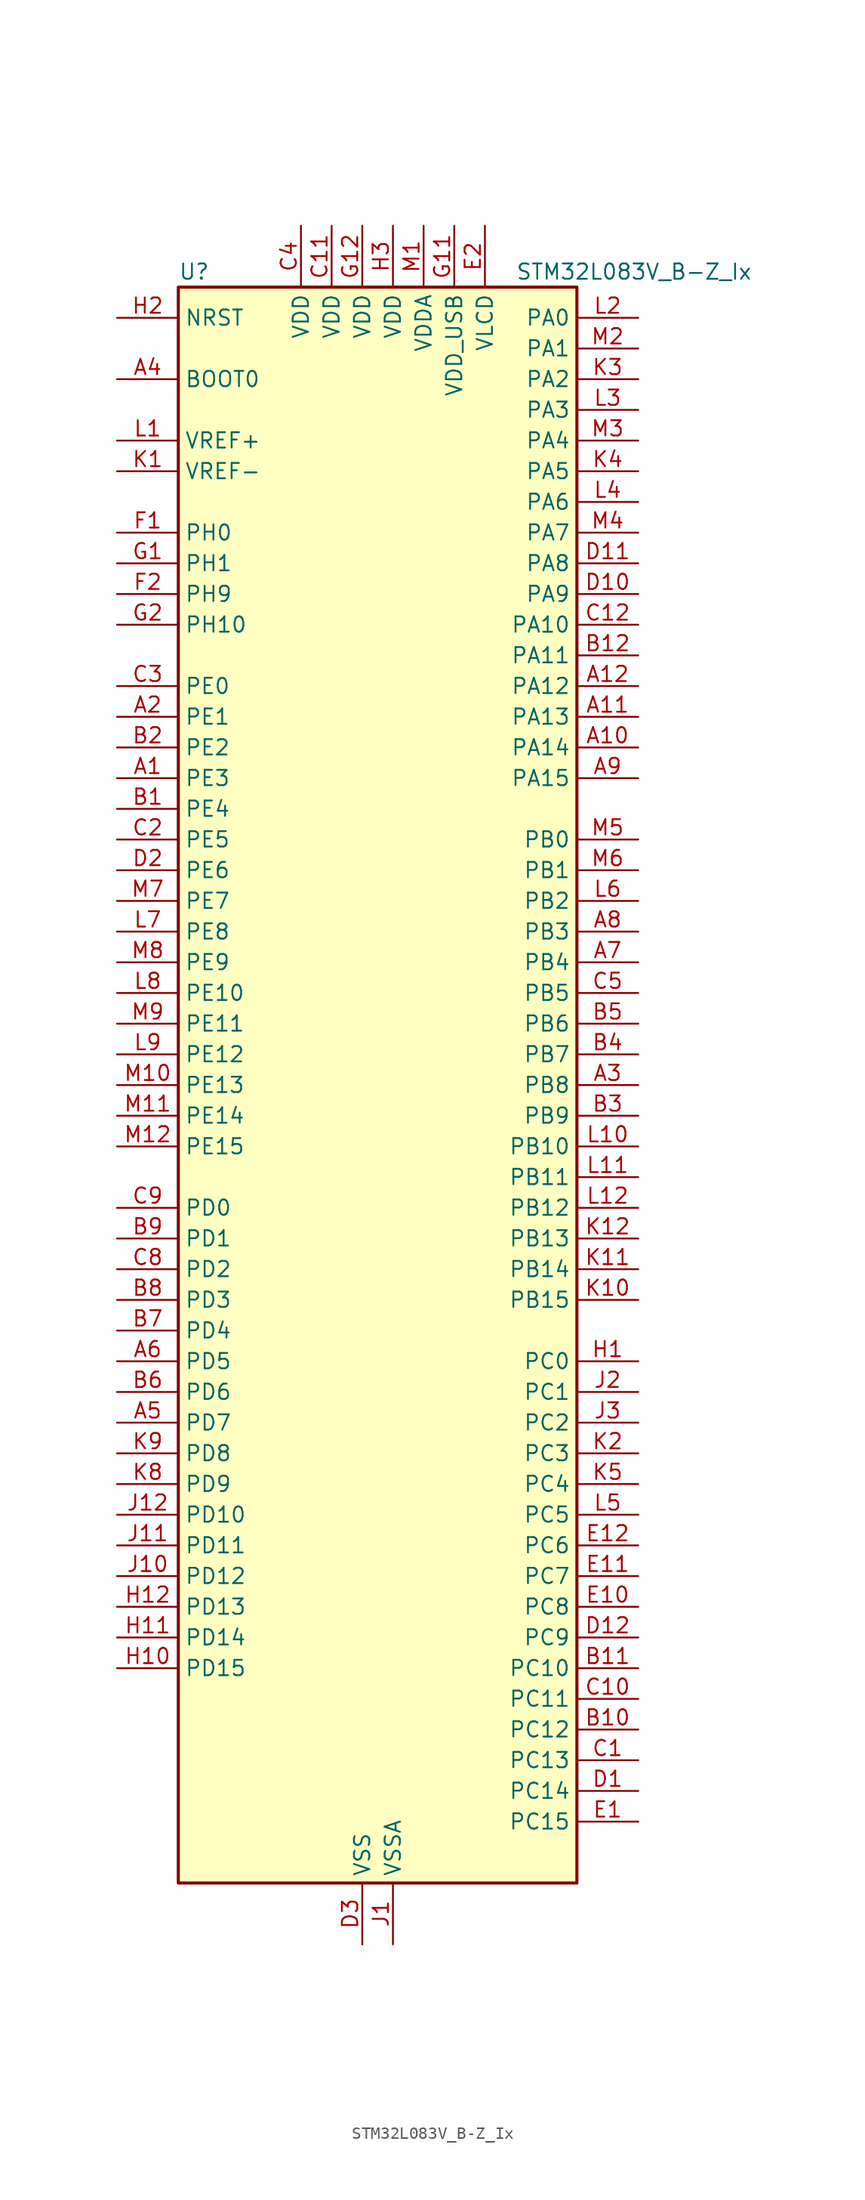
<source format=kicad_sym>
(kicad_symbol_lib
  (version 20231120)
  (generator "kicad_symbol_editor")
  (generator_version "8.0")
  (symbol "STM32L083V_B-Z_Ix"
    (property "Reference" "U"
      (at -15.24 67.31 0)
      (effects (font (size 1.27 1.27)) (justify left)))
    (property "Value" "STM32L083V_B-Z_Ix"
      (at 12.7 67.31 0)
      (effects (font (size 1.27 1.27)) (justify left)))
    (property "ki_locked" ""
      (at 0 0 0)
      (effects (font (size 1.27 1.27))))
    (symbol "STM32L083V_B-Z_Ix_0_1"
      (rectangle (start -15.24 -66.04) (end 17.78 66.04) (stroke (width 0.254) (type default)) (fill (type background))))
    (symbol "STM32L083V_B-Z_Ix_1_1"
      (pin bidirectional line (at -20.32 25.4 0) (length 5.08) (name "PE3" (effects (font (size 1.27 1.27)))) (number "A1" (effects (font (size 1.27 1.27)))) (alternate "LCD_SEG39" bidirectional line) (alternate "TIM22_CH1" bidirectional line) (alternate "TIM3_CH1" bidirectional line))
      (pin bidirectional line (at 22.86 27.94 180) (length 5.08) (name "PA14" (effects (font (size 1.27 1.27)))) (number "A10" (effects (font (size 1.27 1.27)))) (alternate "LPUART1_TX" bidirectional line) (alternate "SYS_SWCLK" bidirectional line) (alternate "USART2_TX" bidirectional line))
      (pin bidirectional line (at 22.86 30.48 180) (length 5.08) (name "PA13" (effects (font (size 1.27 1.27)))) (number "A11" (effects (font (size 1.27 1.27)))) (alternate "LPUART1_RX" bidirectional line) (alternate "SYS_SWDIO" bidirectional line) (alternate "USB_NOE" bidirectional line))
      (pin bidirectional line (at 22.86 33.02 180) (length 5.08) (name "PA12" (effects (font (size 1.27 1.27)))) (number "A12" (effects (font (size 1.27 1.27)))) (alternate "COMP2_OUT" bidirectional line) (alternate "SPI1_MOSI" bidirectional line) (alternate "TSC_G4_IO4" bidirectional line) (alternate "USART1_DE" bidirectional line) (alternate "USART1_RTS" bidirectional line) (alternate "USB_DP" bidirectional line))
      (pin bidirectional line (at -20.32 30.48 0) (length 5.08) (name "PE1" (effects (font (size 1.27 1.27)))) (number "A2" (effects (font (size 1.27 1.27)))) (alternate "LCD_SEG37" bidirectional line))
      (pin bidirectional line (at 22.86 0 180) (length 5.08) (name "PB8" (effects (font (size 1.27 1.27)))) (number "A3" (effects (font (size 1.27 1.27)))) (alternate "I2C1_SCL" bidirectional line) (alternate "LCD_SEG16" bidirectional line) (alternate "TSC_SYNC" bidirectional line))
      (pin input line (at -20.32 58.42 0) (length 5.08) (name "BOOT0" (effects (font (size 1.27 1.27)))) (number "A4" (effects (font (size 1.27 1.27)))))
      (pin bidirectional line (at -20.32 -27.94 0) (length 5.08) (name "PD7" (effects (font (size 1.27 1.27)))) (number "A5" (effects (font (size 1.27 1.27)))) (alternate "TIM21_CH2" bidirectional line) (alternate "USART2_CK" bidirectional line))
      (pin bidirectional line (at -20.32 -22.86 0) (length 5.08) (name "PD5" (effects (font (size 1.27 1.27)))) (number "A6" (effects (font (size 1.27 1.27)))) (alternate "USART2_TX" bidirectional line))
      (pin bidirectional line (at 22.86 10.16 180) (length 5.08) (name "PB4" (effects (font (size 1.27 1.27)))) (number "A7" (effects (font (size 1.27 1.27)))) (alternate "COMP2_INP" bidirectional line) (alternate "I2C3_SDA" bidirectional line) (alternate "LCD_SEG8" bidirectional line) (alternate "SPI1_MISO" bidirectional line) (alternate "TIM22_CH1" bidirectional line) (alternate "TIM3_CH1" bidirectional line) (alternate "TSC_G5_IO2" bidirectional line) (alternate "USART1_CTS" bidirectional line) (alternate "USART5_RX" bidirectional line))
      (pin bidirectional line (at 22.86 12.7 180) (length 5.08) (name "PB3" (effects (font (size 1.27 1.27)))) (number "A8" (effects (font (size 1.27 1.27)))) (alternate "COMP2_INM" bidirectional line) (alternate "LCD_SEG7" bidirectional line) (alternate "SPI1_SCK" bidirectional line) (alternate "TIM2_CH2" bidirectional line) (alternate "TSC_G5_IO1" bidirectional line) (alternate "USART1_DE" bidirectional line) (alternate "USART1_RTS" bidirectional line) (alternate "USART5_TX" bidirectional line))
      (pin bidirectional line (at 22.86 25.4 180) (length 5.08) (name "PA15" (effects (font (size 1.27 1.27)))) (number "A9" (effects (font (size 1.27 1.27)))) (alternate "LCD_SEG17" bidirectional line) (alternate "SPI1_NSS" bidirectional line) (alternate "TIM2_CH1" bidirectional line) (alternate "TIM2_ETR" bidirectional line) (alternate "USART2_RX" bidirectional line) (alternate "USART4_DE" bidirectional line) (alternate "USART4_RTS" bidirectional line))
      (pin bidirectional line (at -20.32 22.86 0) (length 5.08) (name "PE4" (effects (font (size 1.27 1.27)))) (number "B1" (effects (font (size 1.27 1.27)))) (alternate "TIM22_CH2" bidirectional line) (alternate "TIM3_CH2" bidirectional line))
      (pin bidirectional line (at 22.86 -53.34 180) (length 5.08) (name "PC12" (effects (font (size 1.27 1.27)))) (number "B10" (effects (font (size 1.27 1.27)))) (alternate "LCD_COM6" bidirectional line) (alternate "LCD_SEG30" bidirectional line) (alternate "LCD_SEG50" bidirectional line) (alternate "USART4_CK" bidirectional line) (alternate "USART5_TX" bidirectional line))
      (pin bidirectional line (at 22.86 -48.26 180) (length 5.08) (name "PC10" (effects (font (size 1.27 1.27)))) (number "B11" (effects (font (size 1.27 1.27)))) (alternate "LCD_COM4" bidirectional line) (alternate "LCD_SEG28" bidirectional line) (alternate "LCD_SEG48" bidirectional line) (alternate "LPUART1_TX" bidirectional line) (alternate "USART4_TX" bidirectional line))
      (pin bidirectional line (at 22.86 35.56 180) (length 5.08) (name "PA11" (effects (font (size 1.27 1.27)))) (number "B12" (effects (font (size 1.27 1.27)))) (alternate "ADC_EXTI11" bidirectional line) (alternate "COMP1_OUT" bidirectional line) (alternate "SPI1_MISO" bidirectional line) (alternate "TSC_G4_IO3" bidirectional line) (alternate "USART1_CTS" bidirectional line) (alternate "USB_DM" bidirectional line))
      (pin bidirectional line (at -20.32 27.94 0) (length 5.08) (name "PE2" (effects (font (size 1.27 1.27)))) (number "B2" (effects (font (size 1.27 1.27)))) (alternate "LCD_SEG38" bidirectional line) (alternate "TIM3_ETR" bidirectional line))
      (pin bidirectional line (at 22.86 -2.54 180) (length 5.08) (name "PB9" (effects (font (size 1.27 1.27)))) (number "B3" (effects (font (size 1.27 1.27)))) (alternate "DAC_EXTI9" bidirectional line) (alternate "I2C1_SDA" bidirectional line) (alternate "I2S2_WS" bidirectional line) (alternate "LCD_COM3" bidirectional line) (alternate "SPI2_NSS" bidirectional line))
      (pin bidirectional line (at 22.86 2.54 180) (length 5.08) (name "PB7" (effects (font (size 1.27 1.27)))) (number "B4" (effects (font (size 1.27 1.27)))) (alternate "COMP2_INP" bidirectional line) (alternate "I2C1_SDA" bidirectional line) (alternate "LPTIM1_IN2" bidirectional line) (alternate "SYS_PVD_IN" bidirectional line) (alternate "TSC_G5_IO4" bidirectional line) (alternate "USART1_RX" bidirectional line) (alternate "USART4_CTS" bidirectional line))
      (pin bidirectional line (at 22.86 5.08 180) (length 5.08) (name "PB6" (effects (font (size 1.27 1.27)))) (number "B5" (effects (font (size 1.27 1.27)))) (alternate "COMP2_INP" bidirectional line) (alternate "I2C1_SCL" bidirectional line) (alternate "LPTIM1_ETR" bidirectional line) (alternate "TSC_G5_IO3" bidirectional line) (alternate "USART1_TX" bidirectional line))
      (pin bidirectional line (at -20.32 -25.4 0) (length 5.08) (name "PD6" (effects (font (size 1.27 1.27)))) (number "B6" (effects (font (size 1.27 1.27)))) (alternate "USART2_RX" bidirectional line))
      (pin bidirectional line (at -20.32 -20.32 0) (length 5.08) (name "PD4" (effects (font (size 1.27 1.27)))) (number "B7" (effects (font (size 1.27 1.27)))) (alternate "I2S2_SD" bidirectional line) (alternate "SPI2_MOSI" bidirectional line) (alternate "USART2_DE" bidirectional line) (alternate "USART2_RTS" bidirectional line))
      (pin bidirectional line (at -20.32 -17.78 0) (length 5.08) (name "PD3" (effects (font (size 1.27 1.27)))) (number "B8" (effects (font (size 1.27 1.27)))) (alternate "I2S2_MCK" bidirectional line) (alternate "LCD_SEG44" bidirectional line) (alternate "SPI2_MISO" bidirectional line) (alternate "USART2_CTS" bidirectional line))
      (pin bidirectional line (at -20.32 -12.7 0) (length 5.08) (name "PD1" (effects (font (size 1.27 1.27)))) (number "B9" (effects (font (size 1.27 1.27)))) (alternate "I2S2_CK" bidirectional line) (alternate "SPI2_SCK" bidirectional line))
      (pin bidirectional line (at 22.86 -55.88 180) (length 5.08) (name "PC13" (effects (font (size 1.27 1.27)))) (number "C1" (effects (font (size 1.27 1.27)))) (alternate "RTC_OUT_ALARM" bidirectional line) (alternate "RTC_OUT_CALIB" bidirectional line) (alternate "RTC_TAMP1" bidirectional line) (alternate "RTC_TS" bidirectional line) (alternate "SYS_WKUP2" bidirectional line))
      (pin bidirectional line (at 22.86 -50.8 180) (length 5.08) (name "PC11" (effects (font (size 1.27 1.27)))) (number "C10" (effects (font (size 1.27 1.27)))) (alternate "ADC_EXTI11" bidirectional line) (alternate "LCD_COM5" bidirectional line) (alternate "LCD_SEG29" bidirectional line) (alternate "LCD_SEG49" bidirectional line) (alternate "LPUART1_RX" bidirectional line) (alternate "USART4_RX" bidirectional line))
      (pin power_in line (at -2.54 71.12 270) (length 5.08) (name "VDD" (effects (font (size 1.27 1.27)))) (number "C11" (effects (font (size 1.27 1.27)))))
      (pin bidirectional line (at 22.86 38.1 180) (length 5.08) (name "PA10" (effects (font (size 1.27 1.27)))) (number "C12" (effects (font (size 1.27 1.27)))) (alternate "I2C1_SDA" bidirectional line) (alternate "LCD_COM2" bidirectional line) (alternate "TSC_G4_IO2" bidirectional line) (alternate "USART1_RX" bidirectional line))
      (pin bidirectional line (at -20.32 20.32 0) (length 5.08) (name "PE5" (effects (font (size 1.27 1.27)))) (number "C2" (effects (font (size 1.27 1.27)))) (alternate "TIM21_CH1" bidirectional line) (alternate "TIM3_CH3" bidirectional line))
      (pin bidirectional line (at -20.32 33.02 0) (length 5.08) (name "PE0" (effects (font (size 1.27 1.27)))) (number "C3" (effects (font (size 1.27 1.27)))) (alternate "LCD_SEG36" bidirectional line))
      (pin power_in line (at -5.08 71.12 270) (length 5.08) (name "VDD" (effects (font (size 1.27 1.27)))) (number "C4" (effects (font (size 1.27 1.27)))))
      (pin bidirectional line (at 22.86 7.62 180) (length 5.08) (name "PB5" (effects (font (size 1.27 1.27)))) (number "C5" (effects (font (size 1.27 1.27)))) (alternate "COMP2_INP" bidirectional line) (alternate "I2C1_SMBA" bidirectional line) (alternate "LCD_SEG9" bidirectional line) (alternate "LPTIM1_IN1" bidirectional line) (alternate "SPI1_MOSI" bidirectional line) (alternate "TIM22_CH2" bidirectional line) (alternate "TIM3_CH2" bidirectional line) (alternate "USART1_CK" bidirectional line) (alternate "USART5_CK" bidirectional line) (alternate "USART5_DE" bidirectional line) (alternate "USART5_RTS" bidirectional line))
      (pin bidirectional line (at -20.32 -15.24 0) (length 5.08) (name "PD2" (effects (font (size 1.27 1.27)))) (number "C8" (effects (font (size 1.27 1.27)))) (alternate "LCD_COM7" bidirectional line) (alternate "LCD_SEG31" bidirectional line) (alternate "LCD_SEG51" bidirectional line) (alternate "LPUART1_DE" bidirectional line) (alternate "LPUART1_RTS" bidirectional line) (alternate "TIM3_ETR" bidirectional line) (alternate "USART5_RX" bidirectional line))
      (pin bidirectional line (at -20.32 -10.16 0) (length 5.08) (name "PD0" (effects (font (size 1.27 1.27)))) (number "C9" (effects (font (size 1.27 1.27)))) (alternate "I2S2_WS" bidirectional line) (alternate "SPI2_NSS" bidirectional line) (alternate "TIM21_CH1" bidirectional line))
      (pin bidirectional line (at 22.86 -58.42 180) (length 5.08) (name "PC14" (effects (font (size 1.27 1.27)))) (number "D1" (effects (font (size 1.27 1.27)))) (alternate "RCC_OSC32_IN" bidirectional line))
      (pin bidirectional line (at 22.86 40.64 180) (length 5.08) (name "PA9" (effects (font (size 1.27 1.27)))) (number "D10" (effects (font (size 1.27 1.27)))) (alternate "DAC_EXTI9" bidirectional line) (alternate "I2C1_SCL" bidirectional line) (alternate "I2C3_SMBA" bidirectional line) (alternate "LCD_COM1" bidirectional line) (alternate "RCC_MCO" bidirectional line) (alternate "TSC_G4_IO1" bidirectional line) (alternate "USART1_TX" bidirectional line))
      (pin bidirectional line (at 22.86 43.18 180) (length 5.08) (name "PA8" (effects (font (size 1.27 1.27)))) (number "D11" (effects (font (size 1.27 1.27)))) (alternate "CRS_SYNC" bidirectional line) (alternate "I2C3_SCL" bidirectional line) (alternate "LCD_COM0" bidirectional line) (alternate "RCC_MCO" bidirectional line) (alternate "USART1_CK" bidirectional line))
      (pin bidirectional line (at 22.86 -45.72 180) (length 5.08) (name "PC9" (effects (font (size 1.27 1.27)))) (number "D12" (effects (font (size 1.27 1.27)))) (alternate "DAC_EXTI9" bidirectional line) (alternate "I2C3_SDA" bidirectional line) (alternate "LCD_SEG27" bidirectional line) (alternate "TIM21_ETR" bidirectional line) (alternate "TIM3_CH4" bidirectional line) (alternate "TSC_G8_IO4" bidirectional line) (alternate "USB_NOE" bidirectional line))
      (pin bidirectional line (at -20.32 17.78 0) (length 5.08) (name "PE6" (effects (font (size 1.27 1.27)))) (number "D2" (effects (font (size 1.27 1.27)))) (alternate "RTC_TAMP3" bidirectional line) (alternate "SYS_WKUP3" bidirectional line) (alternate "TIM21_CH2" bidirectional line) (alternate "TIM3_CH4" bidirectional line))
      (pin power_in line (at 0 -71.12 90) (length 5.08) (name "VSS" (effects (font (size 1.27 1.27)))) (number "D3" (effects (font (size 1.27 1.27)))))
      (pin bidirectional line (at 22.86 -60.96 180) (length 5.08) (name "PC15" (effects (font (size 1.27 1.27)))) (number "E1" (effects (font (size 1.27 1.27)))) (alternate "RCC_OSC32_OUT" bidirectional line))
      (pin bidirectional line (at 22.86 -43.18 180) (length 5.08) (name "PC8" (effects (font (size 1.27 1.27)))) (number "E10" (effects (font (size 1.27 1.27)))) (alternate "LCD_SEG26" bidirectional line) (alternate "TIM22_ETR" bidirectional line) (alternate "TIM3_CH3" bidirectional line) (alternate "TSC_G8_IO3" bidirectional line))
      (pin bidirectional line (at 22.86 -40.64 180) (length 5.08) (name "PC7" (effects (font (size 1.27 1.27)))) (number "E11" (effects (font (size 1.27 1.27)))) (alternate "LCD_SEG25" bidirectional line) (alternate "TIM22_CH2" bidirectional line) (alternate "TIM3_CH2" bidirectional line) (alternate "TSC_G8_IO2" bidirectional line))
      (pin bidirectional line (at 22.86 -38.1 180) (length 5.08) (name "PC6" (effects (font (size 1.27 1.27)))) (number "E12" (effects (font (size 1.27 1.27)))) (alternate "LCD_SEG24" bidirectional line) (alternate "TIM22_CH1" bidirectional line) (alternate "TIM3_CH1" bidirectional line) (alternate "TSC_G8_IO1" bidirectional line))
      (pin power_in line (at 10.16 71.12 270) (length 5.08) (name "VLCD" (effects (font (size 1.27 1.27)))) (number "E2" (effects (font (size 1.27 1.27)))))
      (pin passive line (at 0 -71.12 90) (length 5.08) hide (name "VSS" (effects (font (size 1.27 1.27)))) (number "E3" (effects (font (size 1.27 1.27)))))
      (pin bidirectional line (at -20.32 45.72 0) (length 5.08) (name "PH0" (effects (font (size 1.27 1.27)))) (number "F1" (effects (font (size 1.27 1.27)))) (alternate "CRS_SYNC" bidirectional line) (alternate "RCC_OSC_IN" bidirectional line))
      (pin passive line (at 0 -71.12 90) (length 5.08) hide (name "VSS" (effects (font (size 1.27 1.27)))) (number "F11" (effects (font (size 1.27 1.27)))))
      (pin passive line (at 0 -71.12 90) (length 5.08) hide (name "VSS" (effects (font (size 1.27 1.27)))) (number "F12" (effects (font (size 1.27 1.27)))))
      (pin bidirectional line (at -20.32 40.64 0) (length 5.08) (name "PH9" (effects (font (size 1.27 1.27)))) (number "F2" (effects (font (size 1.27 1.27)))) (alternate "DAC_EXTI9" bidirectional line))
      (pin bidirectional line (at -20.32 43.18 0) (length 5.08) (name "PH1" (effects (font (size 1.27 1.27)))) (number "G1" (effects (font (size 1.27 1.27)))) (alternate "RCC_OSC_OUT" bidirectional line))
      (pin power_in line (at 7.62 71.12 270) (length 5.08) (name "VDD_USB" (effects (font (size 1.27 1.27)))) (number "G11" (effects (font (size 1.27 1.27)))))
      (pin power_in line (at 0 71.12 270) (length 5.08) (name "VDD" (effects (font (size 1.27 1.27)))) (number "G12" (effects (font (size 1.27 1.27)))))
      (pin bidirectional line (at -20.32 38.1 0) (length 5.08) (name "PH10" (effects (font (size 1.27 1.27)))) (number "G2" (effects (font (size 1.27 1.27)))))
      (pin bidirectional line (at 22.86 -22.86 180) (length 5.08) (name "PC0" (effects (font (size 1.27 1.27)))) (number "H1" (effects (font (size 1.27 1.27)))) (alternate "ADC_IN10" bidirectional line) (alternate "I2C3_SCL" bidirectional line) (alternate "LCD_SEG18" bidirectional line) (alternate "LPTIM1_IN1" bidirectional line) (alternate "LPUART1_RX" bidirectional line) (alternate "TSC_G7_IO1" bidirectional line))
      (pin bidirectional line (at -20.32 -48.26 0) (length 5.08) (name "PD15" (effects (font (size 1.27 1.27)))) (number "H10" (effects (font (size 1.27 1.27)))) (alternate "CRS_SYNC" bidirectional line) (alternate "LCD_SEG35" bidirectional line))
      (pin bidirectional line (at -20.32 -45.72 0) (length 5.08) (name "PD14" (effects (font (size 1.27 1.27)))) (number "H11" (effects (font (size 1.27 1.27)))) (alternate "LCD_SEG34" bidirectional line))
      (pin bidirectional line (at -20.32 -43.18 0) (length 5.08) (name "PD13" (effects (font (size 1.27 1.27)))) (number "H12" (effects (font (size 1.27 1.27)))) (alternate "LCD_SEG33" bidirectional line))
      (pin input line (at -20.32 63.5 0) (length 5.08) (name "NRST" (effects (font (size 1.27 1.27)))) (number "H2" (effects (font (size 1.27 1.27)))))
      (pin power_in line (at 2.54 71.12 270) (length 5.08) (name "VDD" (effects (font (size 1.27 1.27)))) (number "H3" (effects (font (size 1.27 1.27)))))
      (pin power_in line (at 2.54 -71.12 90) (length 5.08) (name "VSSA" (effects (font (size 1.27 1.27)))) (number "J1" (effects (font (size 1.27 1.27)))))
      (pin bidirectional line (at -20.32 -40.64 0) (length 5.08) (name "PD12" (effects (font (size 1.27 1.27)))) (number "J10" (effects (font (size 1.27 1.27)))) (alternate "LCD_SEG32" bidirectional line) (alternate "LPUART1_DE" bidirectional line) (alternate "LPUART1_RTS" bidirectional line))
      (pin bidirectional line (at -20.32 -38.1 0) (length 5.08) (name "PD11" (effects (font (size 1.27 1.27)))) (number "J11" (effects (font (size 1.27 1.27)))) (alternate "ADC_EXTI11" bidirectional line) (alternate "LCD_SEG31" bidirectional line) (alternate "LPUART1_CTS" bidirectional line))
      (pin bidirectional line (at -20.32 -35.56 0) (length 5.08) (name "PD10" (effects (font (size 1.27 1.27)))) (number "J12" (effects (font (size 1.27 1.27)))) (alternate "LCD_SEG30" bidirectional line))
      (pin bidirectional line (at 22.86 -25.4 180) (length 5.08) (name "PC1" (effects (font (size 1.27 1.27)))) (number "J2" (effects (font (size 1.27 1.27)))) (alternate "ADC_IN11" bidirectional line) (alternate "I2C3_SDA" bidirectional line) (alternate "LCD_SEG19" bidirectional line) (alternate "LPTIM1_OUT" bidirectional line) (alternate "LPUART1_TX" bidirectional line) (alternate "TSC_G7_IO2" bidirectional line))
      (pin bidirectional line (at 22.86 -27.94 180) (length 5.08) (name "PC2" (effects (font (size 1.27 1.27)))) (number "J3" (effects (font (size 1.27 1.27)))) (alternate "ADC_IN12" bidirectional line) (alternate "I2S2_MCK" bidirectional line) (alternate "LCD_SEG20" bidirectional line) (alternate "LPTIM1_IN2" bidirectional line) (alternate "SPI2_MISO" bidirectional line) (alternate "TSC_G7_IO3" bidirectional line))
      (pin input line (at -20.32 50.8 0) (length 5.08) (name "VREF-" (effects (font (size 1.27 1.27)))) (number "K1" (effects (font (size 1.27 1.27)))))
      (pin bidirectional line (at 22.86 -17.78 180) (length 5.08) (name "PB15" (effects (font (size 1.27 1.27)))) (number "K10" (effects (font (size 1.27 1.27)))) (alternate "I2S2_SD" bidirectional line) (alternate "LCD_SEG15" bidirectional line) (alternate "RTC_REFIN" bidirectional line) (alternate "SPI2_MOSI" bidirectional line))
      (pin bidirectional line (at 22.86 -15.24 180) (length 5.08) (name "PB14" (effects (font (size 1.27 1.27)))) (number "K11" (effects (font (size 1.27 1.27)))) (alternate "I2C2_SDA" bidirectional line) (alternate "I2S2_MCK" bidirectional line) (alternate "LCD_SEG14" bidirectional line) (alternate "LPUART1_DE" bidirectional line) (alternate "LPUART1_RTS" bidirectional line) (alternate "RTC_OUT_ALARM" bidirectional line) (alternate "RTC_OUT_CALIB" bidirectional line) (alternate "SPI2_MISO" bidirectional line) (alternate "TIM21_CH2" bidirectional line) (alternate "TSC_G6_IO4" bidirectional line))
      (pin bidirectional line (at 22.86 -12.7 180) (length 5.08) (name "PB13" (effects (font (size 1.27 1.27)))) (number "K12" (effects (font (size 1.27 1.27)))) (alternate "I2C2_SCL" bidirectional line) (alternate "I2S2_CK" bidirectional line) (alternate "LCD_SEG13" bidirectional line) (alternate "LPUART1_CTS" bidirectional line) (alternate "RCC_MCO" bidirectional line) (alternate "SPI2_SCK" bidirectional line) (alternate "TIM21_CH1" bidirectional line) (alternate "TSC_G6_IO3" bidirectional line))
      (pin bidirectional line (at 22.86 -30.48 180) (length 5.08) (name "PC3" (effects (font (size 1.27 1.27)))) (number "K2" (effects (font (size 1.27 1.27)))) (alternate "ADC_IN13" bidirectional line) (alternate "I2S2_SD" bidirectional line) (alternate "LCD_SEG21" bidirectional line) (alternate "LPTIM1_ETR" bidirectional line) (alternate "SPI2_MOSI" bidirectional line) (alternate "TSC_G7_IO4" bidirectional line))
      (pin bidirectional line (at 22.86 58.42 180) (length 5.08) (name "PA2" (effects (font (size 1.27 1.27)))) (number "K3" (effects (font (size 1.27 1.27)))) (alternate "ADC_IN2" bidirectional line) (alternate "COMP2_INM" bidirectional line) (alternate "COMP2_OUT" bidirectional line) (alternate "LCD_SEG1" bidirectional line) (alternate "LPUART1_TX" bidirectional line) (alternate "TIM21_CH1" bidirectional line) (alternate "TIM2_CH3" bidirectional line) (alternate "TSC_G1_IO3" bidirectional line) (alternate "USART2_TX" bidirectional line))
      (pin bidirectional line (at 22.86 50.8 180) (length 5.08) (name "PA5" (effects (font (size 1.27 1.27)))) (number "K4" (effects (font (size 1.27 1.27)))) (alternate "ADC_IN5" bidirectional line) (alternate "COMP1_INM" bidirectional line) (alternate "COMP2_INM" bidirectional line) (alternate "DAC_OUT2" bidirectional line) (alternate "SPI1_SCK" bidirectional line) (alternate "TIM2_CH1" bidirectional line) (alternate "TIM2_ETR" bidirectional line) (alternate "TSC_G2_IO2" bidirectional line))
      (pin bidirectional line (at 22.86 -33.02 180) (length 5.08) (name "PC4" (effects (font (size 1.27 1.27)))) (number "K5" (effects (font (size 1.27 1.27)))) (alternate "ADC_IN14" bidirectional line) (alternate "LCD_SEG22" bidirectional line) (alternate "LPUART1_TX" bidirectional line))
      (pin bidirectional line (at -20.32 -33.02 0) (length 5.08) (name "PD9" (effects (font (size 1.27 1.27)))) (number "K8" (effects (font (size 1.27 1.27)))) (alternate "DAC_EXTI9" bidirectional line) (alternate "LCD_SEG29" bidirectional line) (alternate "LPUART1_RX" bidirectional line))
      (pin bidirectional line (at -20.32 -30.48 0) (length 5.08) (name "PD8" (effects (font (size 1.27 1.27)))) (number "K9" (effects (font (size 1.27 1.27)))) (alternate "LCD_SEG28" bidirectional line) (alternate "LPUART1_TX" bidirectional line))
      (pin input line (at -20.32 53.34 0) (length 5.08) (name "VREF+" (effects (font (size 1.27 1.27)))) (number "L1" (effects (font (size 1.27 1.27)))))
      (pin bidirectional line (at 22.86 -5.08 180) (length 5.08) (name "PB10" (effects (font (size 1.27 1.27)))) (number "L10" (effects (font (size 1.27 1.27)))) (alternate "I2C2_SCL" bidirectional line) (alternate "LCD_SEG10" bidirectional line) (alternate "LPUART1_RX" bidirectional line) (alternate "LPUART1_TX" bidirectional line) (alternate "SPI2_SCK" bidirectional line) (alternate "TIM2_CH3" bidirectional line) (alternate "TSC_SYNC" bidirectional line))
      (pin bidirectional line (at 22.86 -7.62 180) (length 5.08) (name "PB11" (effects (font (size 1.27 1.27)))) (number "L11" (effects (font (size 1.27 1.27)))) (alternate "ADC_EXTI11" bidirectional line) (alternate "I2C2_SDA" bidirectional line) (alternate "LCD_SEG11" bidirectional line) (alternate "LPUART1_RX" bidirectional line) (alternate "LPUART1_TX" bidirectional line) (alternate "TIM2_CH4" bidirectional line) (alternate "TSC_G6_IO1" bidirectional line))
      (pin bidirectional line (at 22.86 -10.16 180) (length 5.08) (name "PB12" (effects (font (size 1.27 1.27)))) (number "L12" (effects (font (size 1.27 1.27)))) (alternate "I2S2_WS" bidirectional line) (alternate "LCD_SEG12" bidirectional line) (alternate "LCD_VLCD2" bidirectional line) (alternate "LPUART1_DE" bidirectional line) (alternate "LPUART1_RTS" bidirectional line) (alternate "SPI2_NSS" bidirectional line) (alternate "TSC_G6_IO2" bidirectional line))
      (pin bidirectional line (at 22.86 63.5 180) (length 5.08) (name "PA0" (effects (font (size 1.27 1.27)))) (number "L2" (effects (font (size 1.27 1.27)))) (alternate "ADC_IN0" bidirectional line) (alternate "COMP1_INM" bidirectional line) (alternate "COMP1_OUT" bidirectional line) (alternate "RTC_TAMP2" bidirectional line) (alternate "SYS_WKUP1" bidirectional line) (alternate "TIM2_CH1" bidirectional line) (alternate "TIM2_ETR" bidirectional line) (alternate "TSC_G1_IO1" bidirectional line) (alternate "USART2_CTS" bidirectional line) (alternate "USART4_TX" bidirectional line))
      (pin bidirectional line (at 22.86 55.88 180) (length 5.08) (name "PA3" (effects (font (size 1.27 1.27)))) (number "L3" (effects (font (size 1.27 1.27)))) (alternate "ADC_IN3" bidirectional line) (alternate "COMP2_INP" bidirectional line) (alternate "LCD_SEG2" bidirectional line) (alternate "LPUART1_RX" bidirectional line) (alternate "TIM21_CH2" bidirectional line) (alternate "TIM2_CH4" bidirectional line) (alternate "TSC_G1_IO4" bidirectional line) (alternate "USART2_RX" bidirectional line))
      (pin bidirectional line (at 22.86 48.26 180) (length 5.08) (name "PA6" (effects (font (size 1.27 1.27)))) (number "L4" (effects (font (size 1.27 1.27)))) (alternate "ADC_IN6" bidirectional line) (alternate "COMP1_OUT" bidirectional line) (alternate "LCD_SEG3" bidirectional line) (alternate "LPUART1_CTS" bidirectional line) (alternate "SPI1_MISO" bidirectional line) (alternate "TIM22_CH1" bidirectional line) (alternate "TIM3_CH1" bidirectional line) (alternate "TSC_G2_IO3" bidirectional line))
      (pin bidirectional line (at 22.86 -35.56 180) (length 5.08) (name "PC5" (effects (font (size 1.27 1.27)))) (number "L5" (effects (font (size 1.27 1.27)))) (alternate "ADC_IN15" bidirectional line) (alternate "LCD_SEG23" bidirectional line) (alternate "LPUART1_RX" bidirectional line) (alternate "TSC_G3_IO1" bidirectional line))
      (pin bidirectional line (at 22.86 15.24 180) (length 5.08) (name "PB2" (effects (font (size 1.27 1.27)))) (number "L6" (effects (font (size 1.27 1.27)))) (alternate "I2C3_SMBA" bidirectional line) (alternate "LCD_VLCD2" bidirectional line) (alternate "LPTIM1_OUT" bidirectional line) (alternate "TSC_G3_IO4" bidirectional line))
      (pin bidirectional line (at -20.32 12.7 0) (length 5.08) (name "PE8" (effects (font (size 1.27 1.27)))) (number "L7" (effects (font (size 1.27 1.27)))) (alternate "LCD_SEG46" bidirectional line) (alternate "USART4_TX" bidirectional line))
      (pin bidirectional line (at -20.32 7.62 0) (length 5.08) (name "PE10" (effects (font (size 1.27 1.27)))) (number "L8" (effects (font (size 1.27 1.27)))) (alternate "LCD_SEG40" bidirectional line) (alternate "TIM2_CH2" bidirectional line) (alternate "USART5_TX" bidirectional line))
      (pin bidirectional line (at -20.32 2.54 0) (length 5.08) (name "PE12" (effects (font (size 1.27 1.27)))) (number "L9" (effects (font (size 1.27 1.27)))) (alternate "LCD_VLCD3" bidirectional line) (alternate "SPI1_NSS" bidirectional line) (alternate "TIM2_CH4" bidirectional line))
      (pin power_in line (at 5.08 71.12 270) (length 5.08) (name "VDDA" (effects (font (size 1.27 1.27)))) (number "M1" (effects (font (size 1.27 1.27)))))
      (pin bidirectional line (at -20.32 0 0) (length 5.08) (name "PE13" (effects (font (size 1.27 1.27)))) (number "M10" (effects (font (size 1.27 1.27)))) (alternate "LCD_SEG41" bidirectional line) (alternate "SPI1_SCK" bidirectional line))
      (pin bidirectional line (at -20.32 -2.54 0) (length 5.08) (name "PE14" (effects (font (size 1.27 1.27)))) (number "M11" (effects (font (size 1.27 1.27)))) (alternate "LCD_SEG42" bidirectional line) (alternate "SPI1_MISO" bidirectional line))
      (pin bidirectional line (at -20.32 -5.08 0) (length 5.08) (name "PE15" (effects (font (size 1.27 1.27)))) (number "M12" (effects (font (size 1.27 1.27)))) (alternate "LCD_SEG43" bidirectional line) (alternate "SPI1_MOSI" bidirectional line))
      (pin bidirectional line (at 22.86 60.96 180) (length 5.08) (name "PA1" (effects (font (size 1.27 1.27)))) (number "M2" (effects (font (size 1.27 1.27)))) (alternate "ADC_IN1" bidirectional line) (alternate "COMP1_INP" bidirectional line) (alternate "LCD_SEG0" bidirectional line) (alternate "TIM21_ETR" bidirectional line) (alternate "TIM2_CH2" bidirectional line) (alternate "TSC_G1_IO2" bidirectional line) (alternate "USART2_DE" bidirectional line) (alternate "USART2_RTS" bidirectional line) (alternate "USART4_RX" bidirectional line))
      (pin bidirectional line (at 22.86 53.34 180) (length 5.08) (name "PA4" (effects (font (size 1.27 1.27)))) (number "M3" (effects (font (size 1.27 1.27)))) (alternate "ADC_IN4" bidirectional line) (alternate "COMP1_INM" bidirectional line) (alternate "COMP2_INM" bidirectional line) (alternate "DAC_OUT1" bidirectional line) (alternate "SPI1_NSS" bidirectional line) (alternate "TIM22_ETR" bidirectional line) (alternate "TSC_G2_IO1" bidirectional line) (alternate "USART2_CK" bidirectional line))
      (pin bidirectional line (at 22.86 45.72 180) (length 5.08) (name "PA7" (effects (font (size 1.27 1.27)))) (number "M4" (effects (font (size 1.27 1.27)))) (alternate "ADC_IN7" bidirectional line) (alternate "COMP2_OUT" bidirectional line) (alternate "LCD_SEG4" bidirectional line) (alternate "SPI1_MOSI" bidirectional line) (alternate "TIM22_CH2" bidirectional line) (alternate "TIM3_CH2" bidirectional line) (alternate "TSC_G2_IO4" bidirectional line))
      (pin bidirectional line (at 22.86 20.32 180) (length 5.08) (name "PB0" (effects (font (size 1.27 1.27)))) (number "M5" (effects (font (size 1.27 1.27)))) (alternate "ADC_IN8" bidirectional line) (alternate "LCD_SEG5" bidirectional line) (alternate "LCD_VLCD3" bidirectional line) (alternate "SYS_VREF_OUT_PB0" bidirectional line) (alternate "TIM3_CH3" bidirectional line) (alternate "TSC_G3_IO2" bidirectional line))
      (pin bidirectional line (at 22.86 17.78 180) (length 5.08) (name "PB1" (effects (font (size 1.27 1.27)))) (number "M6" (effects (font (size 1.27 1.27)))) (alternate "ADC_IN9" bidirectional line) (alternate "LCD_SEG6" bidirectional line) (alternate "LPUART1_DE" bidirectional line) (alternate "LPUART1_RTS" bidirectional line) (alternate "SYS_VREF_OUT_PB1" bidirectional line) (alternate "TIM3_CH4" bidirectional line) (alternate "TSC_G3_IO3" bidirectional line))
      (pin bidirectional line (at -20.32 15.24 0) (length 5.08) (name "PE7" (effects (font (size 1.27 1.27)))) (number "M7" (effects (font (size 1.27 1.27)))) (alternate "LCD_SEG45" bidirectional line) (alternate "USART5_CK" bidirectional line) (alternate "USART5_DE" bidirectional line) (alternate "USART5_RTS" bidirectional line))
      (pin bidirectional line (at -20.32 10.16 0) (length 5.08) (name "PE9" (effects (font (size 1.27 1.27)))) (number "M8" (effects (font (size 1.27 1.27)))) (alternate "DAC_EXTI9" bidirectional line) (alternate "LCD_SEG47" bidirectional line) (alternate "TIM2_CH1" bidirectional line) (alternate "TIM2_ETR" bidirectional line) (alternate "USART4_RX" bidirectional line))
      (pin bidirectional line (at -20.32 5.08 0) (length 5.08) (name "PE11" (effects (font (size 1.27 1.27)))) (number "M9" (effects (font (size 1.27 1.27)))) (alternate "ADC_EXTI11" bidirectional line) (alternate "LCD_VLCD1" bidirectional line) (alternate "TIM2_CH3" bidirectional line) (alternate "USART5_RX" bidirectional line)))))
</source>
